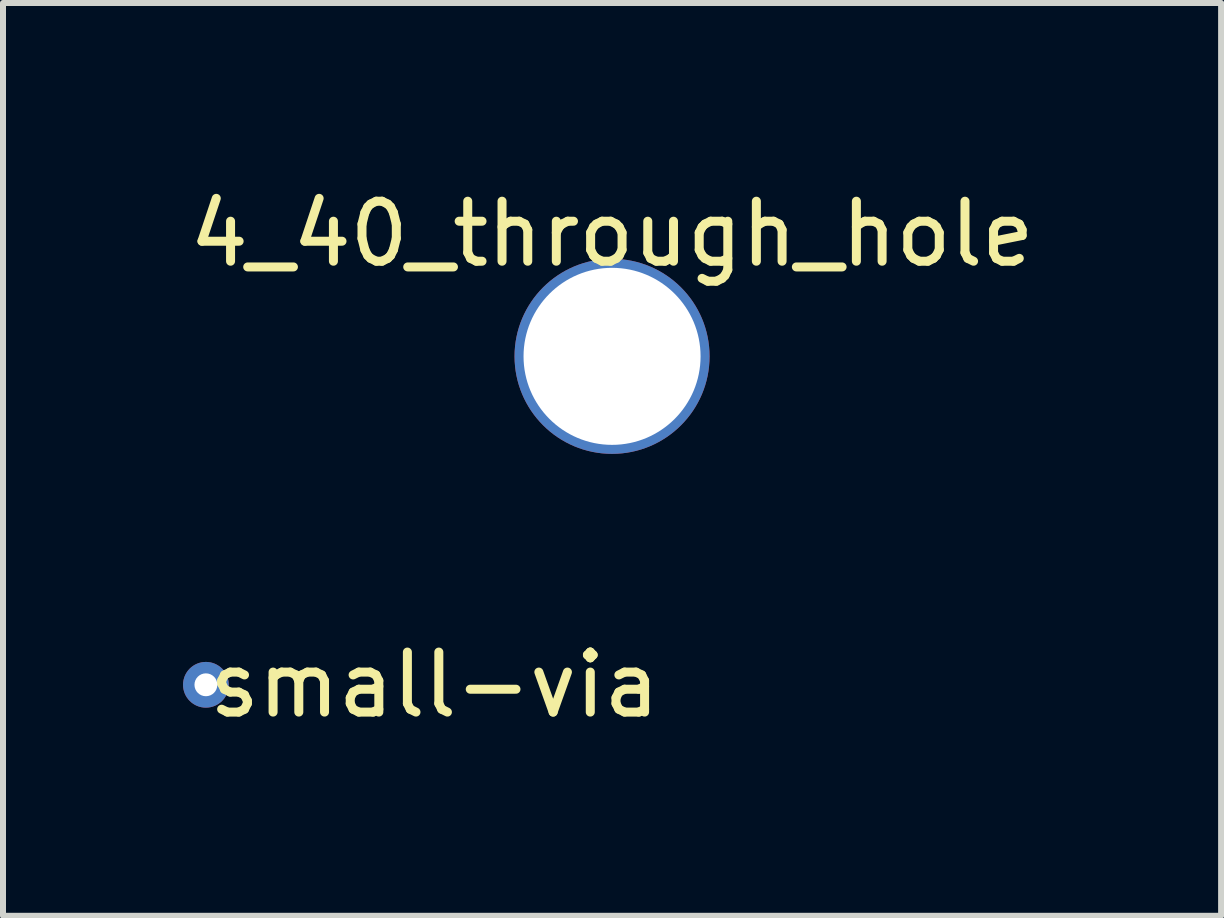
<source format=kicad_pcb>
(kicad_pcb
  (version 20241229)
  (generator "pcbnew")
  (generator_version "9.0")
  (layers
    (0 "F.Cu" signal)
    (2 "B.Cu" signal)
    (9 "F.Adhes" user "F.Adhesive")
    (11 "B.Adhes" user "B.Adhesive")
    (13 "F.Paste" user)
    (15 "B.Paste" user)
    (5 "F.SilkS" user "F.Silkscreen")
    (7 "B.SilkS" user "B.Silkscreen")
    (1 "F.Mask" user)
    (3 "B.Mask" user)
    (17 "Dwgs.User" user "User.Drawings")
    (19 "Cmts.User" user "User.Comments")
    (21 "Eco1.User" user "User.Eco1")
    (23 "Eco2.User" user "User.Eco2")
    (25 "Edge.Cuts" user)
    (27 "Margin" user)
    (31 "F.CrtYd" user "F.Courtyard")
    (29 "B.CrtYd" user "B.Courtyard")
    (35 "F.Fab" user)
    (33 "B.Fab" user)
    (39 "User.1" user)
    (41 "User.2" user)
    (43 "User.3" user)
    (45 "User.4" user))
  (footprint "4_40_through_hole"
    (layer "F.Cu")
    (at 7.149 0.348)
    (property "Reference" "4_40_through_hole" (at 0 0.5 0) (layer "F.SilkS") (effects (font (size 1 1) (thickness 0.15))))
    (attr through_hole)
    (pad "1" thru_hole circle (at 0 2.54) (size 3.25 3.25) (drill 2.95) (layers "*.Cu" "*.Mask")))
  (footprint "small-via"
    (layer "F.Cu")
    (at 0.381 8.361)
    (property "Reference" "small-via" (at 3.81 0 0) (layer "F.SilkS") (effects (font (size 1 1) (thickness 0.15))))
    (attr through_hole)
    (pad "1" thru_hole circle (at 0 0) (size 0.762 0.762) (drill 0.381) (layers "*.Cu" "*.Mask")))
  (gr_rect
    (start -3 -3)
    (end 17.298 12.21)
    (stroke (width 0.1) (type default))
    (fill no)
    (layer "Edge.Cuts")))
</source>
